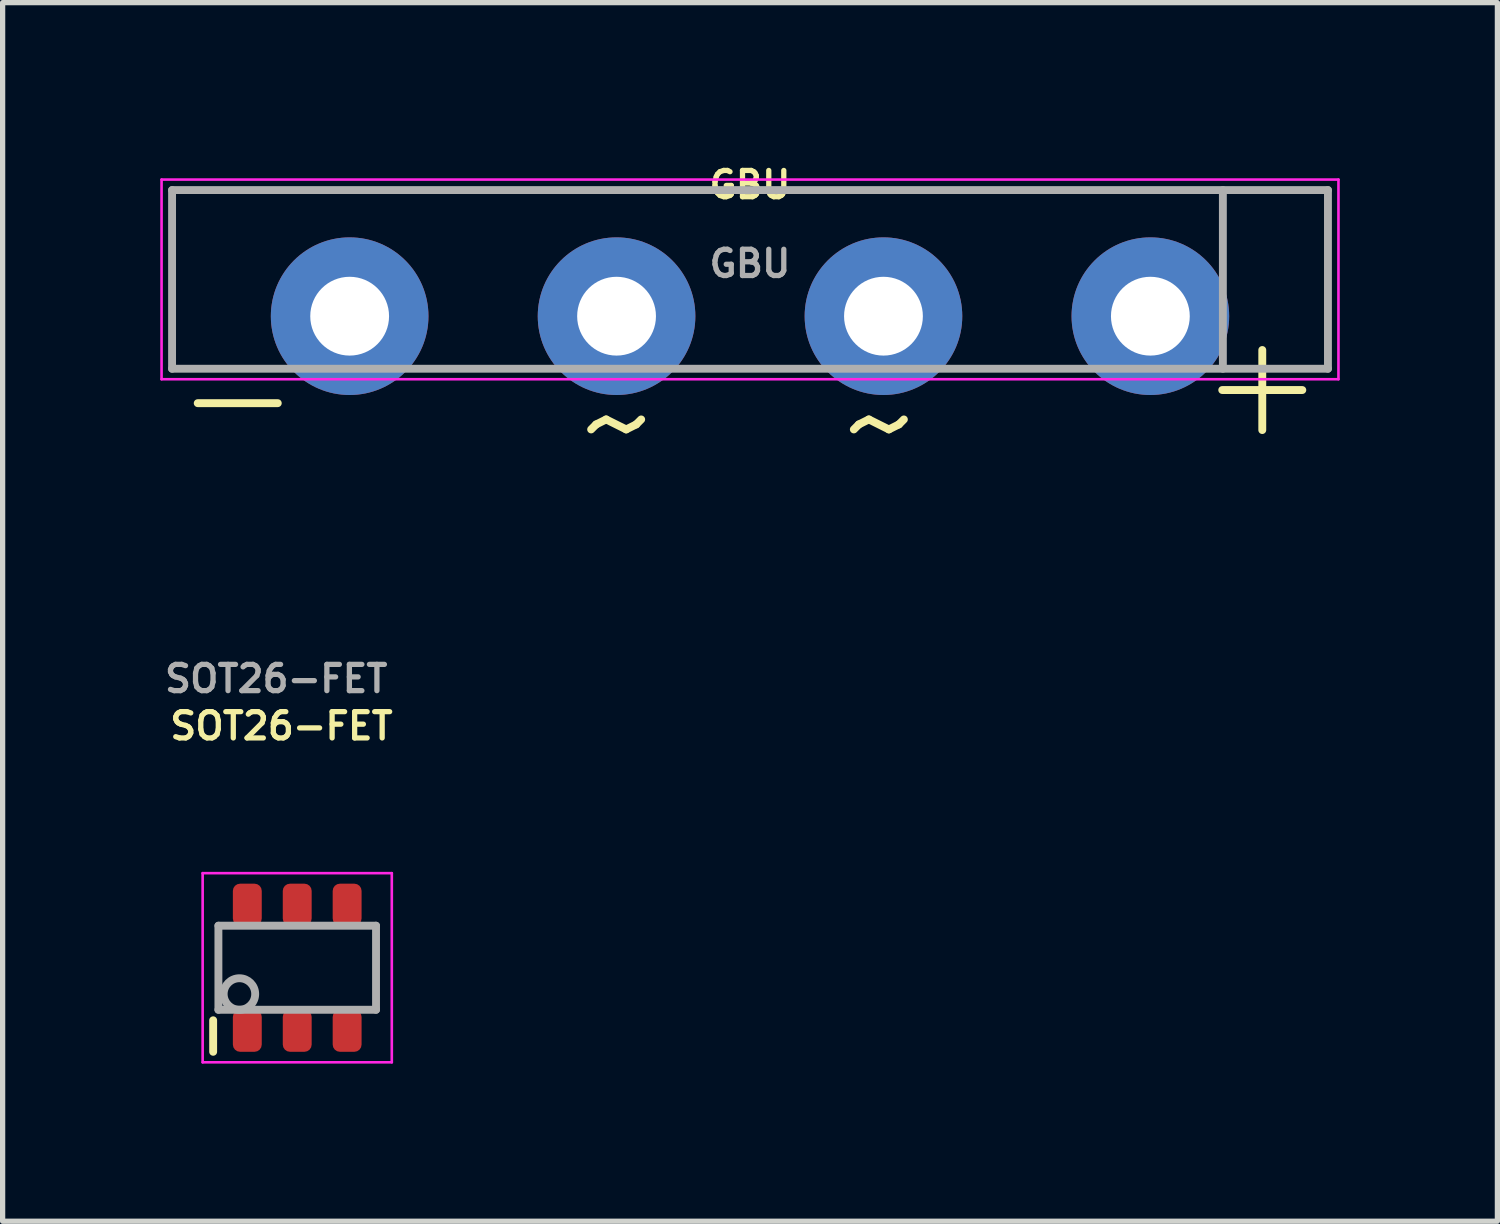
<source format=kicad_pcb>
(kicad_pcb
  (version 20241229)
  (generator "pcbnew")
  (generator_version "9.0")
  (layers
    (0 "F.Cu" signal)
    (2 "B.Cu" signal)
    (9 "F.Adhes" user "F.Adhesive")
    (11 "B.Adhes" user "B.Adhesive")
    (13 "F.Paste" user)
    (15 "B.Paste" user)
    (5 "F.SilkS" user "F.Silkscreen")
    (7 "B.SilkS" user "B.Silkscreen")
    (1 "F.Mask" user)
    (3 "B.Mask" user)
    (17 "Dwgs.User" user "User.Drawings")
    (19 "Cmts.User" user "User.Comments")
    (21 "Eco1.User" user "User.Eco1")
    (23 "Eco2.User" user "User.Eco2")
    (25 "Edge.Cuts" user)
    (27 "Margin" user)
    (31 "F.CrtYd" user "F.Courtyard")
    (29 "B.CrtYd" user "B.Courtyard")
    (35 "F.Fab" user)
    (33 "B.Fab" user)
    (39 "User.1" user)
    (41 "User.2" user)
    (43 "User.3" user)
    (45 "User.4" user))
  (footprint "GBU"
    (layer "F.Cu")
    (at 11.225 2.968)
    (property "Reference" "GBU" (at 0 -2.5 0) (layer "F.SilkS") (effects (font (size 0.5 0.5) (thickness 0.1))))
    (attr through_hole)
    (fp_line (start -11.2 -2.6) (end 11.2 -2.6) (stroke (width 0.05) (type solid)) (layer "F.CrtYd"))
    (fp_line (start -11.2 1.2) (end -11.2 -2.6) (stroke (width 0.05) (type solid)) (layer "F.CrtYd"))
    (fp_line (start 11.2 -2.6) (end 11.2 1.2) (stroke (width 0.05) (type solid)) (layer "F.CrtYd"))
    (fp_line (start 11.2 1.2) (end -11.2 1.2) (stroke (width 0.05) (type solid)) (layer "F.CrtYd"))
    (fp_line (start -11 -2.4) (end -11 1) (stroke (width 0.15) (type solid)) (layer "F.Fab"))
    (fp_line (start -11 -2.4) (end 11 -2.4) (stroke (width 0.15) (type solid)) (layer "F.Fab"))
    (fp_line (start 9 -2.4) (end 9 1) (stroke (width 0.15) (type solid)) (layer "F.Fab"))
    (fp_line (start 11 -2.4) (end 11 1) (stroke (width 0.15) (type solid)) (layer "F.Fab"))
    (fp_line (start 11 1) (end -11 1) (stroke (width 0.15) (type solid)) (layer "F.Fab"))
    (fp_text user "-" (at -9.75 1.5 0) (layer "F.SilkS") (effects (font (size 2 2) (thickness 0.15))))
    (fp_text user "+" (at 9.75 1.25 0) (layer "F.SilkS") (effects (font (size 2 2) (thickness 0.15))))
    (fp_text user "~" (at -2.5 2 0) (layer "F.SilkS") (effects (font (size 2 2) (thickness 0.15))))
    (fp_text user "~" (at 2.5 2 0) (layer "F.SilkS") (effects (font (size 2 2) (thickness 0.15))))
    (fp_text user "${REFERENCE}" (at 0 -1 0) (layer "F.Fab") (effects (font (size 0.5 0.5) (thickness 0.1))))
    (pad "1" thru_hole circle (at -7.62 0) (size 3 3) (drill 1.5) (layers "*.Cu" "*.Mask"))
    (pad "2" thru_hole circle (at -2.54 0) (size 3 3) (drill 1.5) (layers "*.Cu" "*.Mask"))
    (pad "3" thru_hole circle (at 2.54 0) (size 3 3) (drill 1.5) (layers "*.Cu" "*.Mask"))
    (pad "4" thru_hole circle (at 7.62 0) (size 3 3) (drill 1.5) (layers "*.Cu" "*.Mask")))
  (footprint "SOT26-FET"
    (layer "F.Cu")
    (at 2.607 15.369)
    (property "Reference" "SOT26-FET" (at -0.3 -4.6 0) (layer "F.SilkS") (effects (font (size 0.5 0.5) (thickness 0.1))))
    (attr smd)
    (fp_line (start -1.6 1) (end -1.6 1.6) (stroke (width 0.15) (type solid)) (layer "F.SilkS"))
    (fp_line (start -1.8 -1.8) (end 1.8 -1.8) (stroke (width 0.05) (type solid)) (layer "F.CrtYd"))
    (fp_line (start -1.8 1.8) (end -1.8 -1.8) (stroke (width 0.05) (type solid)) (layer "F.CrtYd"))
    (fp_line (start 1.8 -1.8) (end 1.8 1.8) (stroke (width 0.05) (type solid)) (layer "F.CrtYd"))
    (fp_line (start 1.8 1.8) (end -1.8 1.8) (stroke (width 0.05) (type solid)) (layer "F.CrtYd"))
    (fp_line (start -1.5 -0.8) (end 1.5 -0.8) (stroke (width 0.15) (type solid)) (layer "F.Fab"))
    (fp_line (start -1.5 0.8) (end -1.5 -0.8) (stroke (width 0.15) (type solid)) (layer "F.Fab"))
    (fp_line (start 1.5 -0.8) (end 1.5 0.8) (stroke (width 0.15) (type solid)) (layer "F.Fab"))
    (fp_line (start 1.5 0.8) (end -1.5 0.8) (stroke (width 0.15) (type solid)) (layer "F.Fab"))
    (fp_circle (center -1.1 0.5) (end -1.1 0.2) (stroke (width 0.15) (type solid)) (fill no) (layer "F.Fab"))
    (fp_text user "${REFERENCE}" (at -0.4 -5.5 0) (layer "F.Fab") (effects (font (size 0.5 0.5) (thickness 0.1))))
    (pad "D" smd roundrect (at -0.95 -1.2) (size 0.55 0.8) (layers "F.Cu" "F.Mask" "F.Paste") (roundrect_rratio 0.25))
    (pad "D" smd roundrect (at -0.95 1.2) (size 0.55 0.8) (layers "F.Cu" "F.Mask" "F.Paste") (roundrect_rratio 0.25))
    (pad "D" smd roundrect (at 0 -1.2) (size 0.55 0.8) (layers "F.Cu" "F.Mask" "F.Paste") (roundrect_rratio 0.25))
    (pad "D" smd roundrect (at 0 1.2) (size 0.55 0.8) (layers "F.Cu" "F.Mask" "F.Paste") (roundrect_rratio 0.25))
    (pad "G" smd roundrect (at 0.95 1.2) (size 0.55 0.8) (layers "F.Cu" "F.Mask" "F.Paste") (roundrect_rratio 0.25))
    (pad "S" smd roundrect (at 0.95 -1.2) (size 0.55 0.8) (layers "F.Cu" "F.Mask" "F.Paste") (roundrect_rratio 0.25)))
  (gr_rect
    (start -3 -3)
    (end 25.45 20.194)
    (stroke (width 0.1) (type default))
    (fill no)
    (layer "Edge.Cuts")))
</source>
